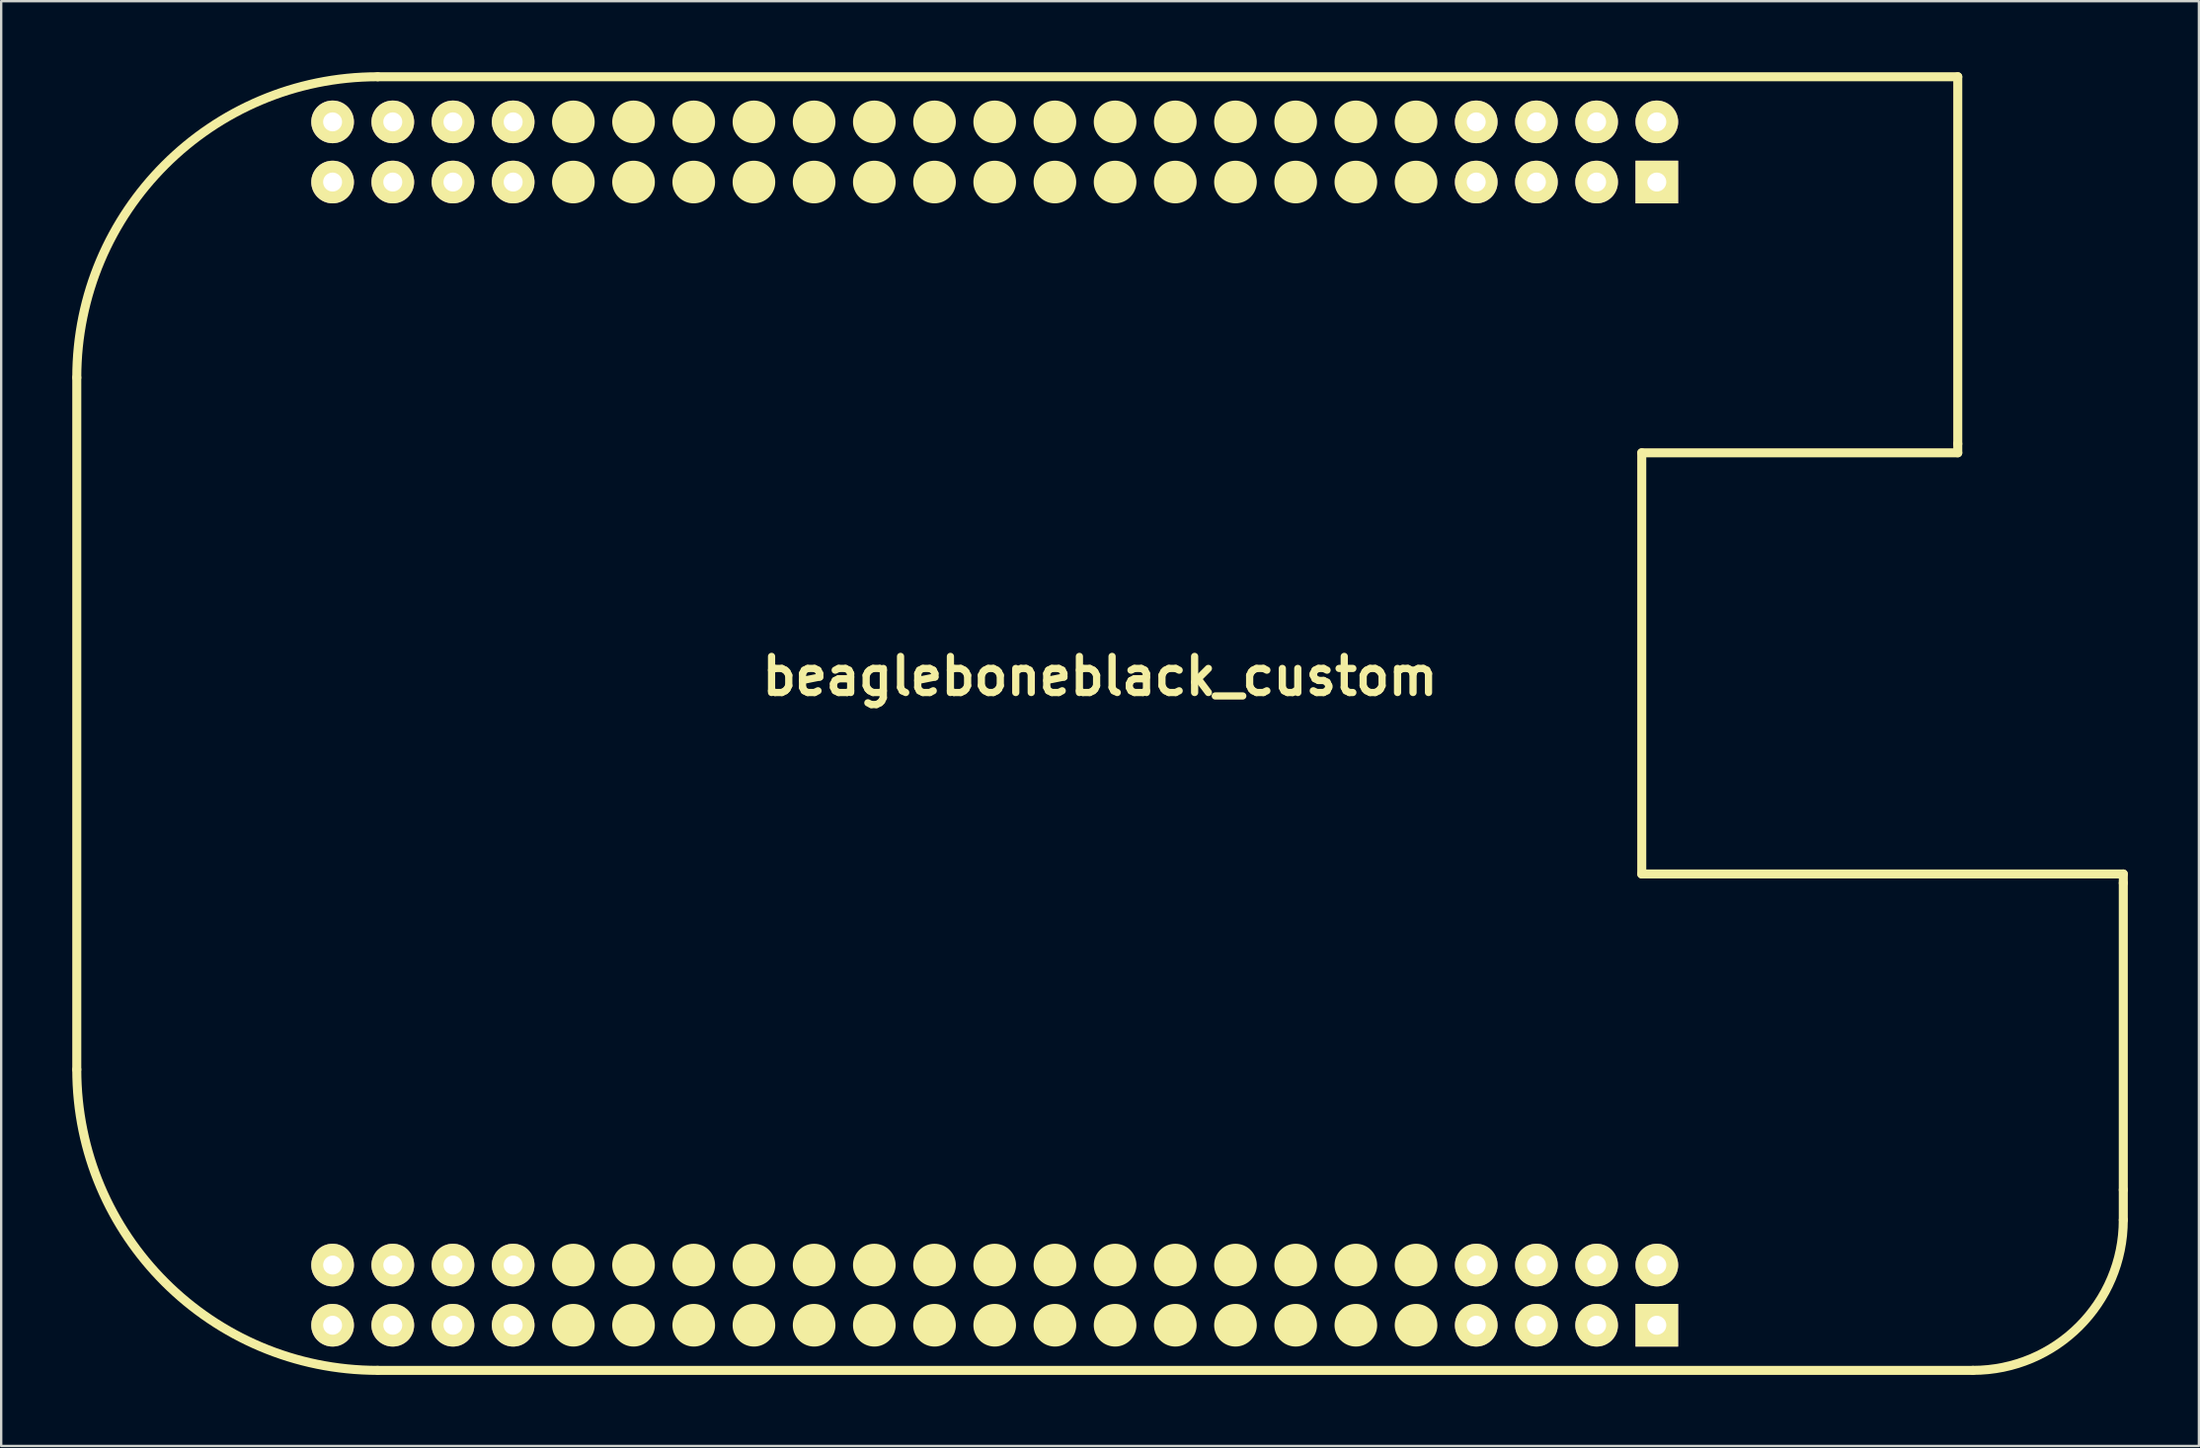
<source format=kicad_pcb>
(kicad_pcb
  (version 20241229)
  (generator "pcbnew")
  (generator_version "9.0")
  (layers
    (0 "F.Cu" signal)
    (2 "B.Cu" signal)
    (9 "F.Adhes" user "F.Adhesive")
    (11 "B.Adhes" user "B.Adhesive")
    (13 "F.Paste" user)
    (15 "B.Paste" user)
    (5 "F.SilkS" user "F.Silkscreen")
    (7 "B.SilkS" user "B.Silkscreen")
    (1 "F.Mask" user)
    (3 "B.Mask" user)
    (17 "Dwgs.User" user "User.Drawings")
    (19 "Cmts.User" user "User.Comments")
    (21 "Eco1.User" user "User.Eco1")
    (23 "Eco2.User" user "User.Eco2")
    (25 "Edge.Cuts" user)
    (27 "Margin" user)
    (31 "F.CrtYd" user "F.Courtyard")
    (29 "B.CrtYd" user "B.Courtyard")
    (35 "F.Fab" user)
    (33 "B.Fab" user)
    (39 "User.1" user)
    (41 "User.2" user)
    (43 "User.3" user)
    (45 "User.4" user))
  (footprint "beagleboneblack_custom"
    (layer "F.Cu")
    (at 43.37 27.495)
    (property "Reference" "beagleboneblack_custom" (at 0 -2 0) (layer "F.SilkS") (effects (font (size 1.524 1.524) (thickness 0.305))))
    (attr through_hole)
    (fp_line (start -43.18 14.605) (end -43.18 -14.605) (stroke (width 0.381) (type solid)) (layer "F.SilkS"))
    (fp_line (start -30.48 -27.305) (end 36.195 -27.305) (stroke (width 0.381) (type solid)) (layer "F.SilkS"))
    (fp_line (start -30.48 27.305) (end 36.83 27.305) (stroke (width 0.381) (type solid)) (layer "F.SilkS"))
    (fp_line (start 22.86 -11.43) (end 22.86 6.35) (stroke (width 0.381) (type solid)) (layer "F.SilkS"))
    (fp_line (start 22.86 6.35) (end 43.18 6.35) (stroke (width 0.381) (type solid)) (layer "F.SilkS"))
    (fp_line (start 36.195 -27.305) (end 36.195 -11.811) (stroke (width 0.381) (type solid)) (layer "F.SilkS"))
    (fp_line (start 36.195 -11.811) (end 36.195 -11.43) (stroke (width 0.381) (type solid)) (layer "F.SilkS"))
    (fp_line (start 36.195 -11.43) (end 22.86 -11.43) (stroke (width 0.381) (type solid)) (layer "F.SilkS"))
    (fp_line (start 43.18 6.35) (end 43.18 6.731) (stroke (width 0.381) (type solid)) (layer "F.SilkS"))
    (fp_line (start 43.18 6.731) (end 43.18 19.685) (stroke (width 0.381) (type solid)) (layer "F.SilkS"))
    (fp_line (start 43.18 20.955) (end 43.18 19.685) (stroke (width 0.381) (type solid)) (layer "F.SilkS"))
    (fp_arc (start -43.18 -14.605) (mid -39.460256 -23.585256) (end -30.48 -27.305) (stroke (width 0.381) (type solid)) (layer "F.SilkS"))
    (fp_arc (start -30.48 27.305) (mid -39.460256 23.585256) (end -43.18 14.605) (stroke (width 0.381) (type solid)) (layer "F.SilkS"))
    (fp_arc (start 43.18 20.955) (mid 41.320128 25.445128) (end 36.83 27.305) (stroke (width 0.381) (type solid)) (layer "F.SilkS"))
    (pad "" smd circle (at -22.225 -25.4) (size 1.8 1.8) (layers "F.SilkS"))
    (pad "" smd circle (at -22.225 -22.86) (size 1.8 1.8) (layers "F.SilkS"))
    (pad "" smd circle (at -22.225 22.86) (size 1.8 1.8) (layers "F.SilkS"))
    (pad "" smd circle (at -22.225 25.4) (size 1.8 1.8) (layers "F.SilkS"))
    (pad "" smd circle (at -19.685 -25.4) (size 1.8 1.8) (layers "F.SilkS"))
    (pad "" smd circle (at -19.685 -22.86) (size 1.8 1.8) (layers "F.SilkS"))
    (pad "" smd circle (at -19.685 22.86) (size 1.8 1.8) (layers "F.SilkS"))
    (pad "" smd circle (at -19.685 25.4) (size 1.8 1.8) (layers "F.SilkS"))
    (pad "" smd circle (at -17.145 -25.4) (size 1.8 1.8) (layers "F.SilkS"))
    (pad "" smd circle (at -17.145 -22.86) (size 1.8 1.8) (layers "F.SilkS"))
    (pad "" smd circle (at -17.145 22.86) (size 1.8 1.8) (layers "F.SilkS"))
    (pad "" smd circle (at -17.145 25.4) (size 1.8 1.8) (layers "F.SilkS"))
    (pad "" smd circle (at -14.605 -25.4) (size 1.8 1.8) (layers "F.SilkS"))
    (pad "" smd circle (at -14.605 -22.86) (size 1.8 1.8) (layers "F.SilkS"))
    (pad "" smd circle (at -14.605 22.86) (size 1.8 1.8) (layers "F.SilkS"))
    (pad "" smd circle (at -14.605 25.4) (size 1.8 1.8) (layers "F.SilkS"))
    (pad "" smd circle (at -12.065 -25.4) (size 1.8 1.8) (layers "F.SilkS"))
    (pad "" smd circle (at -12.065 -22.86) (size 1.8 1.8) (layers "F.SilkS"))
    (pad "" smd circle (at -12.065 22.86) (size 1.8 1.8) (layers "F.SilkS"))
    (pad "" smd circle (at -12.065 25.4) (size 1.8 1.8) (layers "F.SilkS"))
    (pad "" smd circle (at -9.525 -25.4) (size 1.8 1.8) (layers "F.SilkS"))
    (pad "" smd circle (at -9.525 -22.86) (size 1.8 1.8) (layers "F.SilkS"))
    (pad "" smd circle (at -9.525 22.86) (size 1.8 1.8) (layers "F.SilkS"))
    (pad "" smd circle (at -9.525 25.4) (size 1.8 1.8) (layers "F.SilkS"))
    (pad "" smd circle (at -6.985 -25.4) (size 1.8 1.8) (layers "F.SilkS"))
    (pad "" smd circle (at -6.985 -22.86) (size 1.8 1.8) (layers "F.SilkS"))
    (pad "" smd circle (at -6.985 22.86) (size 1.8 1.8) (layers "F.SilkS"))
    (pad "" smd circle (at -6.985 25.4) (size 1.8 1.8) (layers "F.SilkS"))
    (pad "" smd circle (at -4.445 -25.4) (size 1.8 1.8) (layers "F.SilkS"))
    (pad "" smd circle (at -4.445 -22.86) (size 1.8 1.8) (layers "F.SilkS"))
    (pad "" smd circle (at -4.445 22.86) (size 1.8 1.8) (layers "F.SilkS"))
    (pad "" smd circle (at -4.445 25.4) (size 1.8 1.8) (layers "F.SilkS"))
    (pad "" smd circle (at -1.905 -25.4) (size 1.8 1.8) (layers "F.SilkS"))
    (pad "" smd circle (at -1.905 -22.86) (size 1.8 1.8) (layers "F.SilkS"))
    (pad "" smd circle (at -1.905 22.86) (size 1.8 1.8) (layers "F.SilkS"))
    (pad "" smd circle (at -1.905 25.4) (size 1.8 1.8) (layers "F.SilkS"))
    (pad "" smd circle (at 0.635 -25.4) (size 1.8 1.8) (layers "F.SilkS"))
    (pad "" smd circle (at 0.635 -22.86) (size 1.8 1.8) (layers "F.SilkS"))
    (pad "" smd circle (at 0.635 22.86) (size 1.8 1.8) (layers "F.SilkS"))
    (pad "" smd circle (at 0.635 25.4) (size 1.8 1.8) (layers "F.SilkS"))
    (pad "" smd circle (at 3.175 -25.4) (size 1.8 1.8) (layers "F.SilkS"))
    (pad "" smd circle (at 3.175 -22.86) (size 1.8 1.8) (layers "F.SilkS"))
    (pad "" smd circle (at 3.175 22.86) (size 1.8 1.8) (layers "F.SilkS"))
    (pad "" smd circle (at 3.175 25.4) (size 1.8 1.8) (layers "F.SilkS"))
    (pad "" smd circle (at 5.715 -25.4) (size 1.8 1.8) (layers "F.SilkS"))
    (pad "" smd circle (at 5.715 -22.86) (size 1.8 1.8) (layers "F.SilkS"))
    (pad "" smd circle (at 5.715 22.86) (size 1.8 1.8) (layers "F.SilkS"))
    (pad "" smd circle (at 5.715 25.4) (size 1.8 1.8) (layers "F.SilkS"))
    (pad "" smd circle (at 8.255 -25.4) (size 1.8 1.8) (layers "F.SilkS"))
    (pad "" smd circle (at 8.255 -22.86) (size 1.8 1.8) (layers "F.SilkS"))
    (pad "" smd circle (at 8.255 22.86) (size 1.8 1.8) (layers "F.SilkS"))
    (pad "" smd circle (at 8.255 25.4) (size 1.8 1.8) (layers "F.SilkS"))
    (pad "" smd circle (at 10.795 -25.4) (size 1.8 1.8) (layers "F.SilkS"))
    (pad "" smd circle (at 10.795 -22.86) (size 1.8 1.8) (layers "F.SilkS"))
    (pad "" smd circle (at 10.795 22.86) (size 1.8 1.8) (layers "F.SilkS"))
    (pad "" smd circle (at 10.795 25.4) (size 1.8 1.8) (layers "F.SilkS"))
    (pad "" smd circle (at 13.335 -25.4) (size 1.8 1.8) (layers "F.SilkS"))
    (pad "" smd circle (at 13.335 -22.86) (size 1.8 1.8) (layers "F.SilkS"))
    (pad "" smd circle (at 13.335 22.86) (size 1.8 1.8) (layers "F.SilkS"))
    (pad "" smd circle (at 13.335 25.4) (size 1.8 1.8) (layers "F.SilkS"))
    (pad "B1" thru_hole rect (at 23.495 -22.86) (size 1.8 1.8) (drill 0.8) (layers "*.Cu" "*.Mask" "F.SilkS"))
    (pad "B2" thru_hole circle (at 23.495 -25.4) (size 1.8 1.8) (drill 0.8) (layers "*.Cu" "*.Mask" "F.SilkS"))
    (pad "B3" thru_hole circle (at 20.955 -22.86) (size 1.8 1.8) (drill 0.8) (layers "*.Cu" "*.Mask" "F.SilkS"))
    (pad "B4" thru_hole circle (at 20.955 -25.4) (size 1.8 1.8) (drill 0.8) (layers "*.Cu" "*.Mask" "F.SilkS"))
    (pad "B5" thru_hole circle (at 18.415 -22.86) (size 1.8 1.8) (drill 0.8) (layers "*.Cu" "*.Mask" "F.SilkS"))
    (pad "B6" thru_hole circle (at 18.415 -25.4) (size 1.8 1.8) (drill 0.8) (layers "*.Cu" "*.Mask" "F.SilkS"))
    (pad "B7" thru_hole circle (at 15.875 -22.86) (size 1.8 1.8) (drill 0.8) (layers "*.Cu" "*.Mask" "F.SilkS"))
    (pad "B8" thru_hole circle (at 15.875 -25.4) (size 1.8 1.8) (drill 0.8) (layers "*.Cu" "*.Mask" "F.SilkS"))
    (pad "B39" thru_hole circle (at -24.765 -22.86) (size 1.8 1.8) (drill 0.8) (layers "*.Cu" "*.Mask" "F.SilkS"))
    (pad "B40" thru_hole circle (at -24.765 -25.4) (size 1.8 1.8) (drill 0.8) (layers "*.Cu" "*.Mask" "F.SilkS"))
    (pad "B41" thru_hole circle (at -27.305 -22.86) (size 1.8 1.8) (drill 0.8) (layers "*.Cu" "*.Mask" "F.SilkS"))
    (pad "B42" thru_hole circle (at -27.305 -25.4) (size 1.8 1.8) (drill 0.8) (layers "*.Cu" "*.Mask" "F.SilkS"))
    (pad "B43" thru_hole circle (at -29.845 -22.86) (size 1.8 1.8) (drill 0.8) (layers "*.Cu" "*.Mask" "F.SilkS"))
    (pad "B44" thru_hole circle (at -29.845 -25.4) (size 1.8 1.8) (drill 0.8) (layers "*.Cu" "*.Mask" "F.SilkS"))
    (pad "B45" thru_hole circle (at -32.385 -22.86) (size 1.8 1.8) (drill 0.8) (layers "*.Cu" "*.Mask" "F.SilkS"))
    (pad "B46" thru_hole circle (at -32.385 -25.4) (size 1.8 1.8) (drill 0.8) (layers "*.Cu" "*.Mask" "F.SilkS"))
    (pad "C1" thru_hole rect (at 23.495 25.4) (size 1.8 1.8) (drill 0.8) (layers "*.Cu" "*.Mask" "F.SilkS"))
    (pad "C2" thru_hole circle (at 23.495 22.86) (size 1.8 1.8) (drill 0.8) (layers "*.Cu" "*.Mask" "F.SilkS"))
    (pad "C3" thru_hole circle (at 20.955 25.4) (size 1.8 1.8) (drill 0.8) (layers "*.Cu" "*.Mask" "F.SilkS"))
    (pad "C4" thru_hole circle (at 20.955 22.86) (size 1.8 1.8) (drill 0.8) (layers "*.Cu" "*.Mask" "F.SilkS"))
    (pad "C5" thru_hole circle (at 18.415 25.4) (size 1.8 1.8) (drill 0.8) (layers "*.Cu" "*.Mask" "F.SilkS"))
    (pad "C6" thru_hole circle (at 18.415 22.86) (size 1.8 1.8) (drill 0.8) (layers "*.Cu" "*.Mask" "F.SilkS"))
    (pad "C7" thru_hole circle (at 15.875 25.4) (size 1.8 1.8) (drill 0.8) (layers "*.Cu" "*.Mask" "F.SilkS"))
    (pad "C8" thru_hole circle (at 15.875 22.86) (size 1.8 1.8) (drill 0.8) (layers "*.Cu" "*.Mask" "F.SilkS"))
    (pad "C39" thru_hole circle (at -24.765 25.4) (size 1.8 1.8) (drill 0.8) (layers "*.Cu" "*.Mask" "F.SilkS"))
    (pad "C40" thru_hole circle (at -24.765 22.86) (size 1.8 1.8) (drill 0.8) (layers "*.Cu" "*.Mask" "F.SilkS"))
    (pad "C41" thru_hole circle (at -27.305 25.4) (size 1.8 1.8) (drill 0.8) (layers "*.Cu" "*.Mask" "F.SilkS"))
    (pad "C42" thru_hole circle (at -27.305 22.86) (size 1.8 1.8) (drill 0.8) (layers "*.Cu" "*.Mask" "F.SilkS"))
    (pad "C43" thru_hole circle (at -29.845 25.4) (size 1.8 1.8) (drill 0.8) (layers "*.Cu" "*.Mask" "F.SilkS"))
    (pad "C44" thru_hole circle (at -29.845 22.86) (size 1.8 1.8) (drill 0.8) (layers "*.Cu" "*.Mask" "F.SilkS"))
    (pad "C45" thru_hole circle (at -32.385 25.4) (size 1.8 1.8) (drill 0.8) (layers "*.Cu" "*.Mask" "F.SilkS"))
    (pad "C46" thru_hole circle (at -32.385 22.86) (size 1.8 1.8) (drill 0.8) (layers "*.Cu" "*.Mask" "F.SilkS")))
  (gr_rect
    (start -3 -3)
    (end 89.741 57.991)
    (stroke (width 0.1) (type default))
    (fill no)
    (layer "Edge.Cuts")))
</source>
